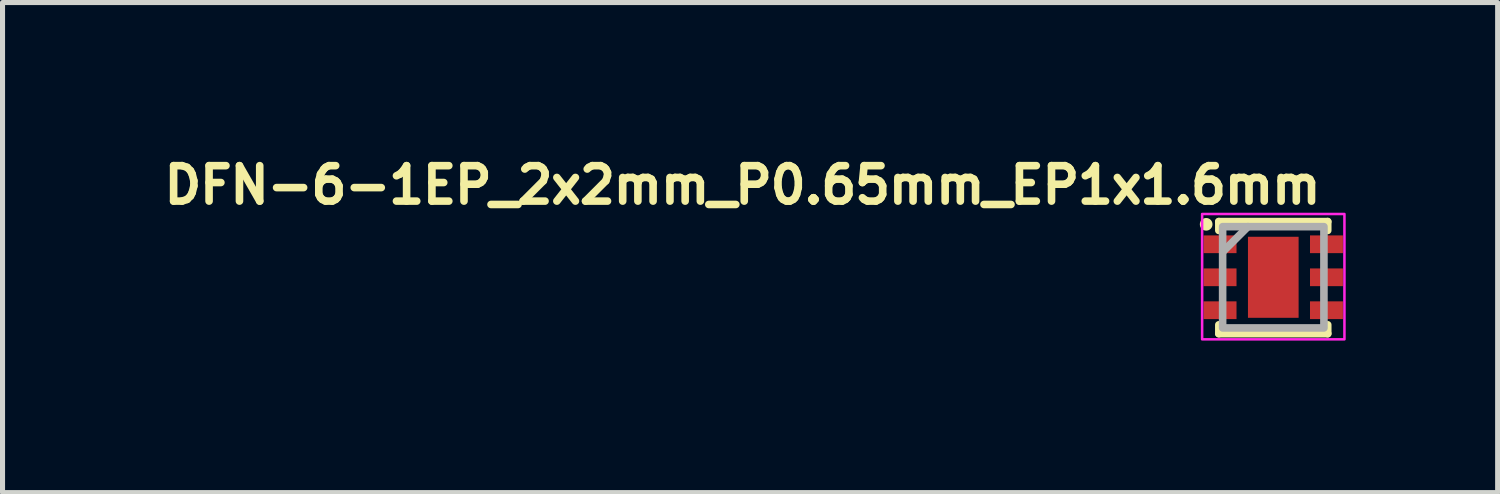
<source format=kicad_pcb>
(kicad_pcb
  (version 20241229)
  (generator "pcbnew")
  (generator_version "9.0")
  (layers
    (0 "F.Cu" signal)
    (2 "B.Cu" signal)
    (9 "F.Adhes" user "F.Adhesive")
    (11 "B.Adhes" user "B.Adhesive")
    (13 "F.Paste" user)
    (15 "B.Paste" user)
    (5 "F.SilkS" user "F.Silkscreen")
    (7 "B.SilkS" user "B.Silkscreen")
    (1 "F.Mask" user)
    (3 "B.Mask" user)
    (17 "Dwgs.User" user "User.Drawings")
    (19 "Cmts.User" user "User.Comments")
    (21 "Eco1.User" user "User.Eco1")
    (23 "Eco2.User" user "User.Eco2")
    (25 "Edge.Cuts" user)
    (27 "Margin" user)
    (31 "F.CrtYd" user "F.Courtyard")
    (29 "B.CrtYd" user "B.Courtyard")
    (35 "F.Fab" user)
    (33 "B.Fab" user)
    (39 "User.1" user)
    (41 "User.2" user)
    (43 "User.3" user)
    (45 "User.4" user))
  (footprint "DFN-6-1EP_2x2mm_P0.65mm_EP1x1.6mm"
    (layer "F.Cu")
    (at 22.09 2.425)
    (property "Reference" "DFN-6-1EP_2x2mm_P0.65mm_EP1x1.6mm" (at 1.02 -2.23 0) (layer "F.SilkS") (effects (font (size 0.7 0.7) (thickness 0.15)) (justify right top)))
    (attr smd)
    (fp_line (start -1.075 -0.925) (end -1.075 -1.1) (stroke (width 0.15) (type solid)) (layer "F.SilkS"))
    (fp_line (start -1.075 1.113) (end -1.075 0.938) (stroke (width 0.15) (type solid)) (layer "F.SilkS"))
    (fp_line (start 1.075 -1.1) (end -1.075 -1.1) (stroke (width 0.15) (type solid)) (layer "F.SilkS"))
    (fp_line (start 1.075 -0.925) (end 1.075 -1.1) (stroke (width 0.15) (type solid)) (layer "F.SilkS"))
    (fp_line (start 1.075 1.113) (end -1.075 1.113) (stroke (width 0.15) (type solid)) (layer "F.SilkS"))
    (fp_line (start 1.075 1.113) (end 1.075 0.938) (stroke (width 0.15) (type solid)) (layer "F.SilkS"))
    (fp_circle (center -1.325 -1.046) (end -1.275 -1.046) (stroke (width 0.15) (type solid)) (fill yes) (layer "F.SilkS"))
    (fp_rect (start 1.405 1.225) (end -1.405 -1.25) (stroke (width 0.05) (type solid)) (fill no) (layer "F.CrtYd"))
    (fp_line (start -0.5 -1) (end -1 -0.5) (stroke (width 0.15) (type solid)) (layer "F.Fab"))
    (fp_rect (start -1 -1) (end 1 1) (stroke (width 0.15) (type solid)) (fill no) (layer "F.Fab"))
    (fp_rect (start 1 1) (end -1 -1) (stroke (width 0.1) (type solid)) (fill no) (layer "User.5"))
    (fp_line (start -1 -0.802) (end -0.99 -0.802) (stroke (width 0.02) (type solid)) (layer "User.9"))
    (fp_line (start -1 -0.5) (end -1 -0.802) (stroke (width 0.02) (type solid)) (layer "User.9"))
    (fp_line (start -1 -0.15) (end -0.99 -0.15) (stroke (width 0.02) (type solid)) (layer "User.9"))
    (fp_line (start -1 0.148) (end -1 -0.15) (stroke (width 0.02) (type solid)) (layer "User.9"))
    (fp_line (start -1 0.498) (end -0.99 0.498) (stroke (width 0.02) (type solid)) (layer "User.9"))
    (fp_line (start -1 0.8) (end -1 0.498) (stroke (width 0.02) (type solid)) (layer "User.9"))
    (fp_line (start -0.99 -0.5) (end -1 -0.5) (stroke (width 0.02) (type solid)) (layer "User.9"))
    (fp_line (start -0.99 0.148) (end -1 0.148) (stroke (width 0.02) (type solid)) (layer "User.9"))
    (fp_line (start -0.99 0.8) (end -1 0.8) (stroke (width 0.02) (type solid)) (layer "User.9"))
    (fp_line (start -0.99 0.988) (end -0.99 -0.99) (stroke (width 0.02) (type solid)) (layer "User.9"))
    (fp_line (start 0.988 -0.99) (end -0.99 -0.99) (stroke (width 0.02) (type solid)) (layer "User.9"))
    (fp_line (start 0.988 -0.802) (end 0.998 -0.802) (stroke (width 0.02) (type solid)) (layer "User.9"))
    (fp_line (start 0.988 -0.15) (end 0.998 -0.15) (stroke (width 0.02) (type solid)) (layer "User.9"))
    (fp_line (start 0.988 0.498) (end 0.998 0.498) (stroke (width 0.02) (type solid)) (layer "User.9"))
    (fp_line (start 0.988 0.988) (end -0.99 0.988) (stroke (width 0.02) (type solid)) (layer "User.9"))
    (fp_line (start 0.988 0.988) (end 0.988 -0.99) (stroke (width 0.02) (type solid)) (layer "User.9"))
    (fp_line (start 0.998 -0.802) (end 0.998 -0.5) (stroke (width 0.02) (type solid)) (layer "User.9"))
    (fp_line (start 0.998 -0.5) (end 0.988 -0.5) (stroke (width 0.02) (type solid)) (layer "User.9"))
    (fp_line (start 0.998 -0.15) (end 0.998 0.148) (stroke (width 0.02) (type solid)) (layer "User.9"))
    (fp_line (start 0.998 0.148) (end 0.988 0.148) (stroke (width 0.02) (type solid)) (layer "User.9"))
    (fp_line (start 0.998 0.498) (end 0.998 0.8) (stroke (width 0.02) (type solid)) (layer "User.9"))
    (fp_line (start 0.998 0.8) (end 0.988 0.8) (stroke (width 0.02) (type solid)) (layer "User.9"))
    (fp_circle (center -0.525 -0.525) (end -0.35 -0.525) (stroke (width 0.02) (type solid)) (fill no) (layer "User.9"))
    (pad "" smd rect (at 0 -0.402 180) (size 0.82 0.63) (layers "F.Paste"))
    (pad "" smd rect (at 0 0.4 180) (size 0.82 0.63) (layers "F.Paste"))
    (pad "1" smd rect (at -1.051 -0.652 180) (size 0.65 0.35) (layers "F.Cu" "F.Mask" "F.Paste"))
    (pad "2" smd rect (at -1.051 0 180) (size 0.65 0.35) (layers "F.Cu" "F.Mask" "F.Paste"))
    (pad "3" smd rect (at -1.051 0.65 180) (size 0.65 0.35) (layers "F.Cu" "F.Mask" "F.Paste"))
    (pad "4" smd rect (at 1.05 0.65 180) (size 0.65 0.35) (layers "F.Cu" "F.Mask" "F.Paste"))
    (pad "5" smd rect (at 1.05 0 180) (size 0.65 0.35) (layers "F.Cu" "F.Mask" "F.Paste"))
    (pad "6" smd rect (at 1.05 -0.652 180) (size 0.65 0.35) (layers "F.Cu" "F.Mask" "F.Paste"))
    (pad "7" smd rect (at 0 0 180) (size 1 1.6) (layers "F.Cu" "F.Mask")))
  (gr_rect
    (start -3 -3)
    (end 26.52 6.676)
    (stroke (width 0.1) (type default))
    (fill no)
    (layer "Edge.Cuts")))
</source>
